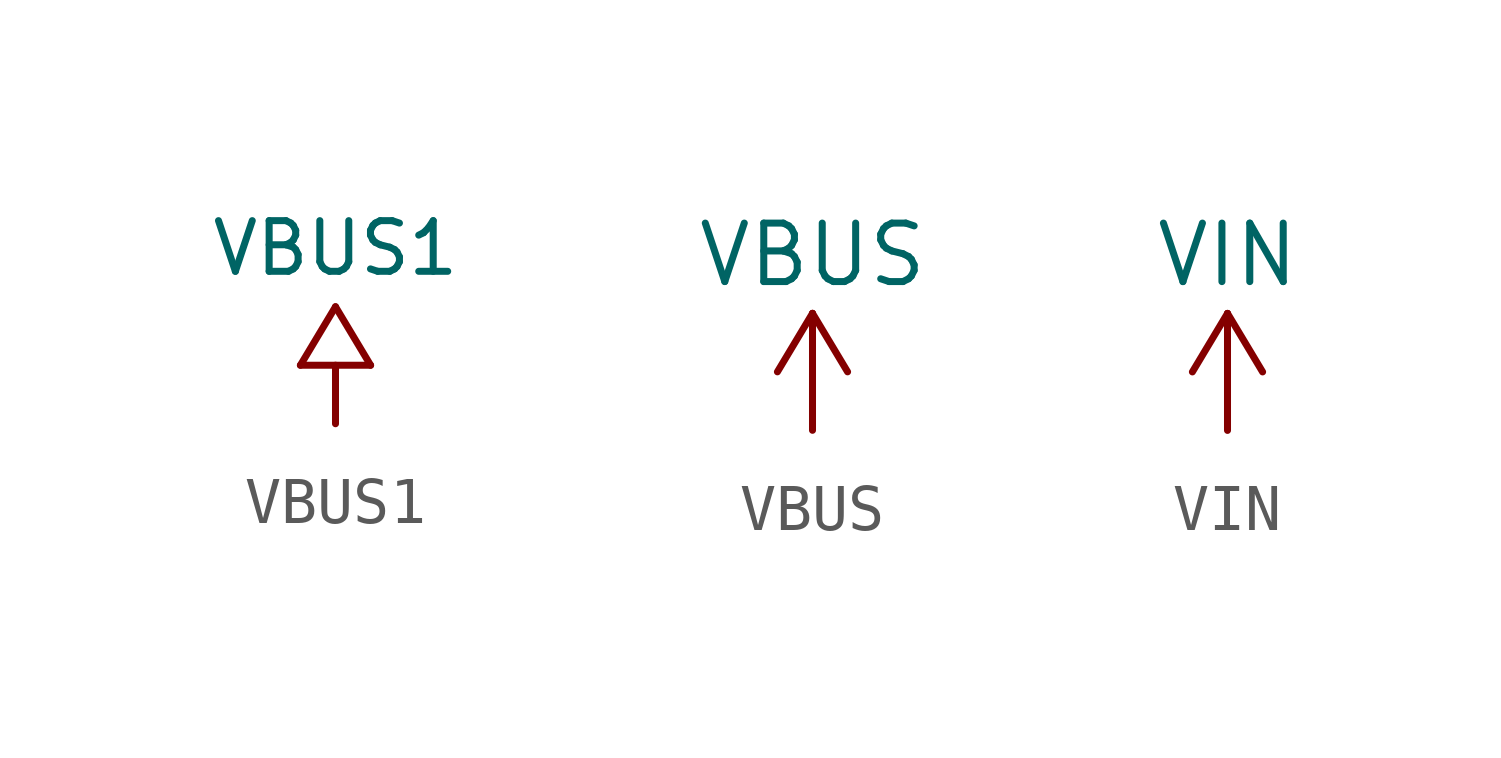
<source format=kicad_sym>
(kicad_symbol_lib
  (version 20220914)
  (generator kicad_symbol_editor)
  (symbol "VBUS1"
    (power)
    (pin_names
      (offset 0))
    (property "Reference" "#PWR"
      (at 0 -3.81 0)
      (effects (font (size 1.27 1.27)) hide))
    (property "Value" "VBUS1"
      (at 0 3.81 0)
      (effects (font (size 1.1 1.1))))
    (symbol "VBUS1_0_1"
      (polyline (pts (xy -0.762 1.27) (xy 0 2.54)) (stroke (width 0) (type solid)) (fill (type none)))
      (polyline (pts (xy -0.762 1.27) (xy 0.762 1.27)) (stroke (width 0) (type default)) (fill (type none)))
      (polyline (pts (xy 0 0) (xy 0 1.27)) (stroke (width 0) (type solid)) (fill (type none)))
      (polyline (pts (xy 0 2.54) (xy 0.762 1.27)) (stroke (width 0) (type solid)) (fill (type none))))
    (symbol "VBUS1_1_1"
      (pin power_in line (at 0 0 90) (length 0) hide (name "VBUS1" (effects (font (size 1.27 1.27)))) (number "1" (effects (font (size 1.27 1.27)))))))
  (symbol "VBUS"
    (power)
    (pin_names
      (offset 0))
    (property "Reference" "#PWR"
      (at 0 -3.81 0)
      (effects (font (size 1.27 1.27)) hide))
    (property "Value" "VBUS"
      (at 0 3.81 0)
      (effects (font (size 1.27 1.27))))
    (symbol "VBUS_0_1"
      (polyline (pts (xy -0.762 1.27) (xy 0 2.54)) (stroke (width 0) (type solid)) (fill (type none)))
      (polyline (pts (xy 0 0) (xy 0 2.54)) (stroke (width 0) (type solid)) (fill (type none)))
      (polyline (pts (xy 0 2.54) (xy 0.762 1.27)) (stroke (width 0) (type solid)) (fill (type none))))
    (symbol "VBUS_1_1"
      (pin power_in line (at 0 0 90) (length 0) hide (name "VBUS" (effects (font (size 1.27 1.27)))) (number "1" (effects (font (size 1.27 1.27)))))))
  (symbol "VIN"
    (power)
    (pin_names
      (offset 0))
    (property "Reference" "#PWR"
      (at 0 -3.81 0)
      (effects (font (size 1.27 1.27)) hide))
    (property "Value" "VIN"
      (at 0 3.81 0)
      (effects (font (size 1.27 1.27))))
    (symbol "VIN_0_1"
      (polyline (pts (xy -0.762 1.27) (xy 0 2.54)) (stroke (width 0) (type solid)) (fill (type none)))
      (polyline (pts (xy 0 0) (xy 0 2.54)) (stroke (width 0) (type solid)) (fill (type none)))
      (polyline (pts (xy 0 2.54) (xy 0.762 1.27)) (stroke (width 0) (type solid)) (fill (type none))))
    (symbol "VIN_1_1"
      (pin power_in line (at 0 0 90) (length 0) hide (name "VIN" (effects (font (size 1.27 1.27)))) (number "1" (effects (font (size 1.27 1.27))))))))
</source>
